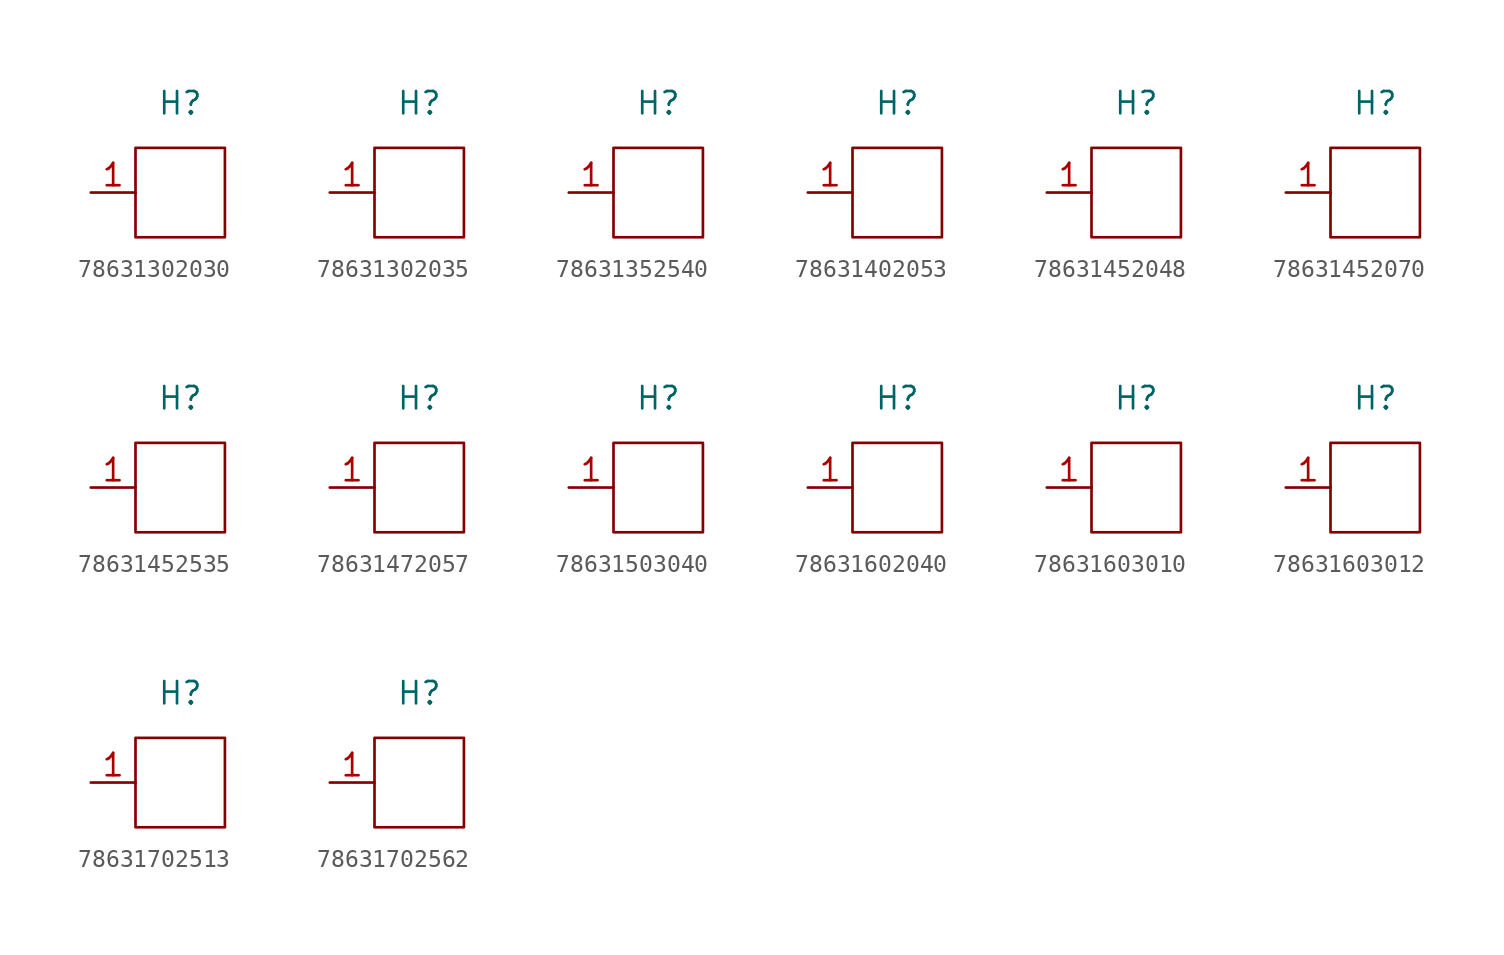
<source format=kicad_sym>
(kicad_symbol_lib
  (version 20220914)
  (generator kicad_symbol_editor)
  (symbol "78631302030"
    (pin_names hide)
    (property "Reference" "H"
      (at 0 5.08 0)
      (effects (font (size 1.27 1.27))))
    (symbol "78631302030_0_1"
      (rectangle (start -2.54 2.54) (end 2.54 -2.54) (stroke (width 0) (type default)) (fill (type none))))
    (symbol "78631302030_1_1"
      (pin passive line (at -5.08 0 0) (length 2.54) (name "GND1" (effects (font (size 1.27 1.27)))) (number "1" (effects (font (size 1.27 1.27)))))))
  (symbol "78631302035"
    (pin_names hide)
    (property "Reference" "H"
      (at 0 5.08 0)
      (effects (font (size 1.27 1.27))))
    (symbol "78631302035_0_1"
      (rectangle (start -2.54 2.54) (end 2.54 -2.54) (stroke (width 0) (type default)) (fill (type none))))
    (symbol "78631302035_1_1"
      (pin passive line (at -5.08 0 0) (length 2.54) (name "GND1" (effects (font (size 1.27 1.27)))) (number "1" (effects (font (size 1.27 1.27)))))))
  (symbol "78631352540"
    (pin_names hide)
    (property "Reference" "H"
      (at 0 5.08 0)
      (effects (font (size 1.27 1.27))))
    (symbol "78631352540_0_1"
      (rectangle (start -2.54 2.54) (end 2.54 -2.54) (stroke (width 0) (type default)) (fill (type none))))
    (symbol "78631352540_1_1"
      (pin passive line (at -5.08 0 0) (length 2.54) (name "GND1" (effects (font (size 1.27 1.27)))) (number "1" (effects (font (size 1.27 1.27)))))))
  (symbol "78631402053"
    (pin_names hide)
    (property "Reference" "H"
      (at 0 5.08 0)
      (effects (font (size 1.27 1.27))))
    (symbol "78631402053_0_1"
      (rectangle (start -2.54 2.54) (end 2.54 -2.54) (stroke (width 0) (type default)) (fill (type none))))
    (symbol "78631402053_1_1"
      (pin passive line (at -5.08 0 0) (length 2.54) (name "GND1" (effects (font (size 1.27 1.27)))) (number "1" (effects (font (size 1.27 1.27)))))))
  (symbol "78631452048"
    (pin_names hide)
    (property "Reference" "H"
      (at 0 5.08 0)
      (effects (font (size 1.27 1.27))))
    (symbol "78631452048_0_1"
      (rectangle (start -2.54 2.54) (end 2.54 -2.54) (stroke (width 0) (type default)) (fill (type none))))
    (symbol "78631452048_1_1"
      (pin passive line (at -5.08 0 0) (length 2.54) (name "GND1" (effects (font (size 1.27 1.27)))) (number "1" (effects (font (size 1.27 1.27)))))))
  (symbol "78631452070"
    (pin_names hide)
    (property "Reference" "H"
      (at 0 5.08 0)
      (effects (font (size 1.27 1.27))))
    (symbol "78631452070_0_1"
      (rectangle (start -2.54 2.54) (end 2.54 -2.54) (stroke (width 0) (type default)) (fill (type none))))
    (symbol "78631452070_1_1"
      (pin passive line (at -5.08 0 0) (length 2.54) (name "GND1" (effects (font (size 1.27 1.27)))) (number "1" (effects (font (size 1.27 1.27)))))))
  (symbol "78631452535"
    (pin_names hide)
    (property "Reference" "H"
      (at 0 5.08 0)
      (effects (font (size 1.27 1.27))))
    (symbol "78631452535_0_1"
      (rectangle (start -2.54 2.54) (end 2.54 -2.54) (stroke (width 0) (type default)) (fill (type none))))
    (symbol "78631452535_1_1"
      (pin passive line (at -5.08 0 0) (length 2.54) (name "GND1" (effects (font (size 1.27 1.27)))) (number "1" (effects (font (size 1.27 1.27)))))))
  (symbol "78631472057"
    (pin_names hide)
    (property "Reference" "H"
      (at 0 5.08 0)
      (effects (font (size 1.27 1.27))))
    (symbol "78631472057_0_1"
      (rectangle (start -2.54 2.54) (end 2.54 -2.54) (stroke (width 0) (type default)) (fill (type none))))
    (symbol "78631472057_1_1"
      (pin passive line (at -5.08 0 0) (length 2.54) (name "GND1" (effects (font (size 1.27 1.27)))) (number "1" (effects (font (size 1.27 1.27)))))))
  (symbol "78631503040"
    (pin_names hide)
    (property "Reference" "H"
      (at 0 5.08 0)
      (effects (font (size 1.27 1.27))))
    (symbol "78631503040_0_1"
      (rectangle (start -2.54 2.54) (end 2.54 -2.54) (stroke (width 0) (type default)) (fill (type none))))
    (symbol "78631503040_1_1"
      (pin passive line (at -5.08 0 0) (length 2.54) (name "GND1" (effects (font (size 1.27 1.27)))) (number "1" (effects (font (size 1.27 1.27)))))))
  (symbol "78631602040"
    (pin_names hide)
    (property "Reference" "H"
      (at 0 5.08 0)
      (effects (font (size 1.27 1.27))))
    (symbol "78631602040_0_1"
      (rectangle (start -2.54 2.54) (end 2.54 -2.54) (stroke (width 0) (type default)) (fill (type none))))
    (symbol "78631602040_1_1"
      (pin passive line (at -5.08 0 0) (length 2.54) (name "GND1" (effects (font (size 1.27 1.27)))) (number "1" (effects (font (size 1.27 1.27)))))))
  (symbol "78631603010"
    (pin_names hide)
    (property "Reference" "H"
      (at 0 5.08 0)
      (effects (font (size 1.27 1.27))))
    (symbol "78631603010_0_1"
      (rectangle (start -2.54 2.54) (end 2.54 -2.54) (stroke (width 0) (type default)) (fill (type none))))
    (symbol "78631603010_1_1"
      (pin passive line (at -5.08 0 0) (length 2.54) (name "GND1" (effects (font (size 1.27 1.27)))) (number "1" (effects (font (size 1.27 1.27)))))))
  (symbol "78631603012"
    (pin_names hide)
    (property "Reference" "H"
      (at 0 5.08 0)
      (effects (font (size 1.27 1.27))))
    (symbol "78631603012_0_1"
      (rectangle (start -2.54 2.54) (end 2.54 -2.54) (stroke (width 0) (type default)) (fill (type none))))
    (symbol "78631603012_1_1"
      (pin passive line (at -5.08 0 0) (length 2.54) (name "GND1" (effects (font (size 1.27 1.27)))) (number "1" (effects (font (size 1.27 1.27)))))))
  (symbol "78631702513"
    (pin_names hide)
    (property "Reference" "H"
      (at 0 5.08 0)
      (effects (font (size 1.27 1.27))))
    (symbol "78631702513_0_1"
      (rectangle (start -2.54 2.54) (end 2.54 -2.54) (stroke (width 0) (type default)) (fill (type none))))
    (symbol "78631702513_1_1"
      (pin passive line (at -5.08 0 0) (length 2.54) (name "GND1" (effects (font (size 1.27 1.27)))) (number "1" (effects (font (size 1.27 1.27)))))))
  (symbol "78631702562"
    (pin_names hide)
    (property "Reference" "H"
      (at 0 5.08 0)
      (effects (font (size 1.27 1.27))))
    (symbol "78631702562_0_1"
      (rectangle (start -2.54 2.54) (end 2.54 -2.54) (stroke (width 0) (type default)) (fill (type none))))
    (symbol "78631702562_1_1"
      (pin passive line (at -5.08 0 0) (length 2.54) (name "GND1" (effects (font (size 1.27 1.27)))) (number "1" (effects (font (size 1.27 1.27))))))))
</source>
